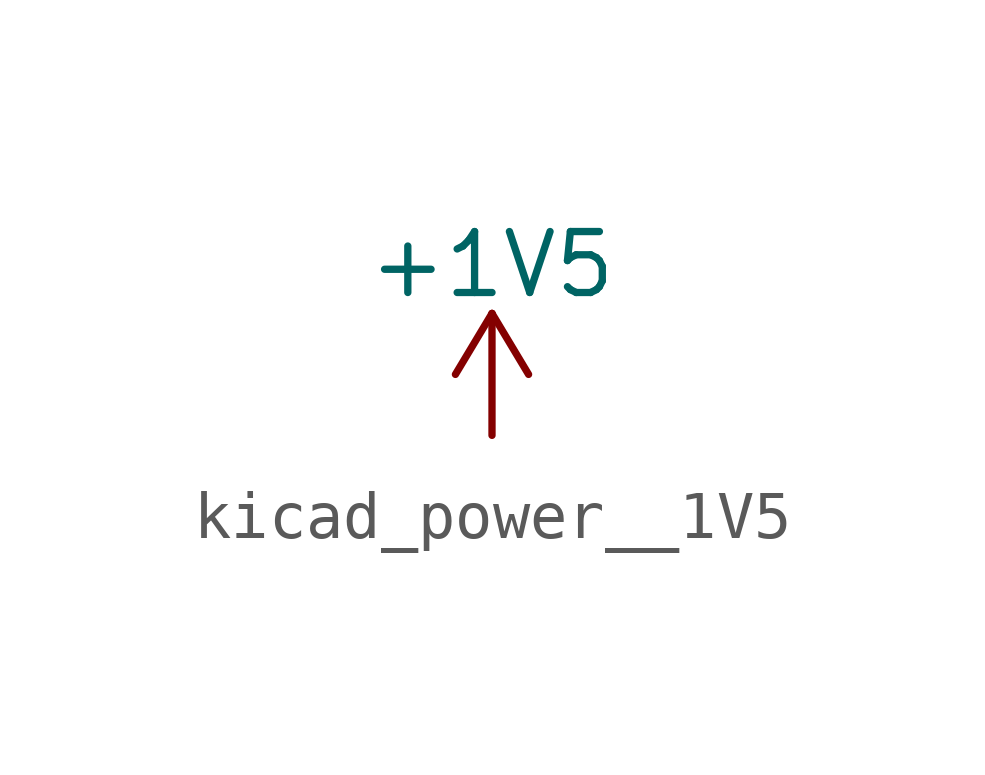
<source format=kicad_sym>
(kicad_symbol_lib
  (version 20220914)
  (generator kicad_symbol_editor)
  (symbol "kicad_power__1V5"
    (power)
    (pin_names
      (offset 0))
    (property "Reference" "#PWR"
      (at 0 -3.81 0)
      (effects (font (size 1.27 1.27)) hide))
    (property "Value" "+1V5"
      (at 0 3.556 0)
      (effects (font (size 1.27 1.27))))
    (symbol "kicad_power__1V5_0_1"
      (polyline (pts (xy -0.762 1.27) (xy 0 2.54)) (stroke (width 0) (type default)) (fill (type none)))
      (polyline (pts (xy 0 0) (xy 0 2.54)) (stroke (width 0) (type default)) (fill (type none)))
      (polyline (pts (xy 0 2.54) (xy 0.762 1.27)) (stroke (width 0) (type default)) (fill (type none))))
    (symbol "kicad_power__1V5_1_1"
      (pin power_in line (at 0 0 90) (length 0) hide (name "+1V5" (effects (font (size 1.27 1.27)))) (number "1" (effects (font (size 1.27 1.27))))))))
</source>
